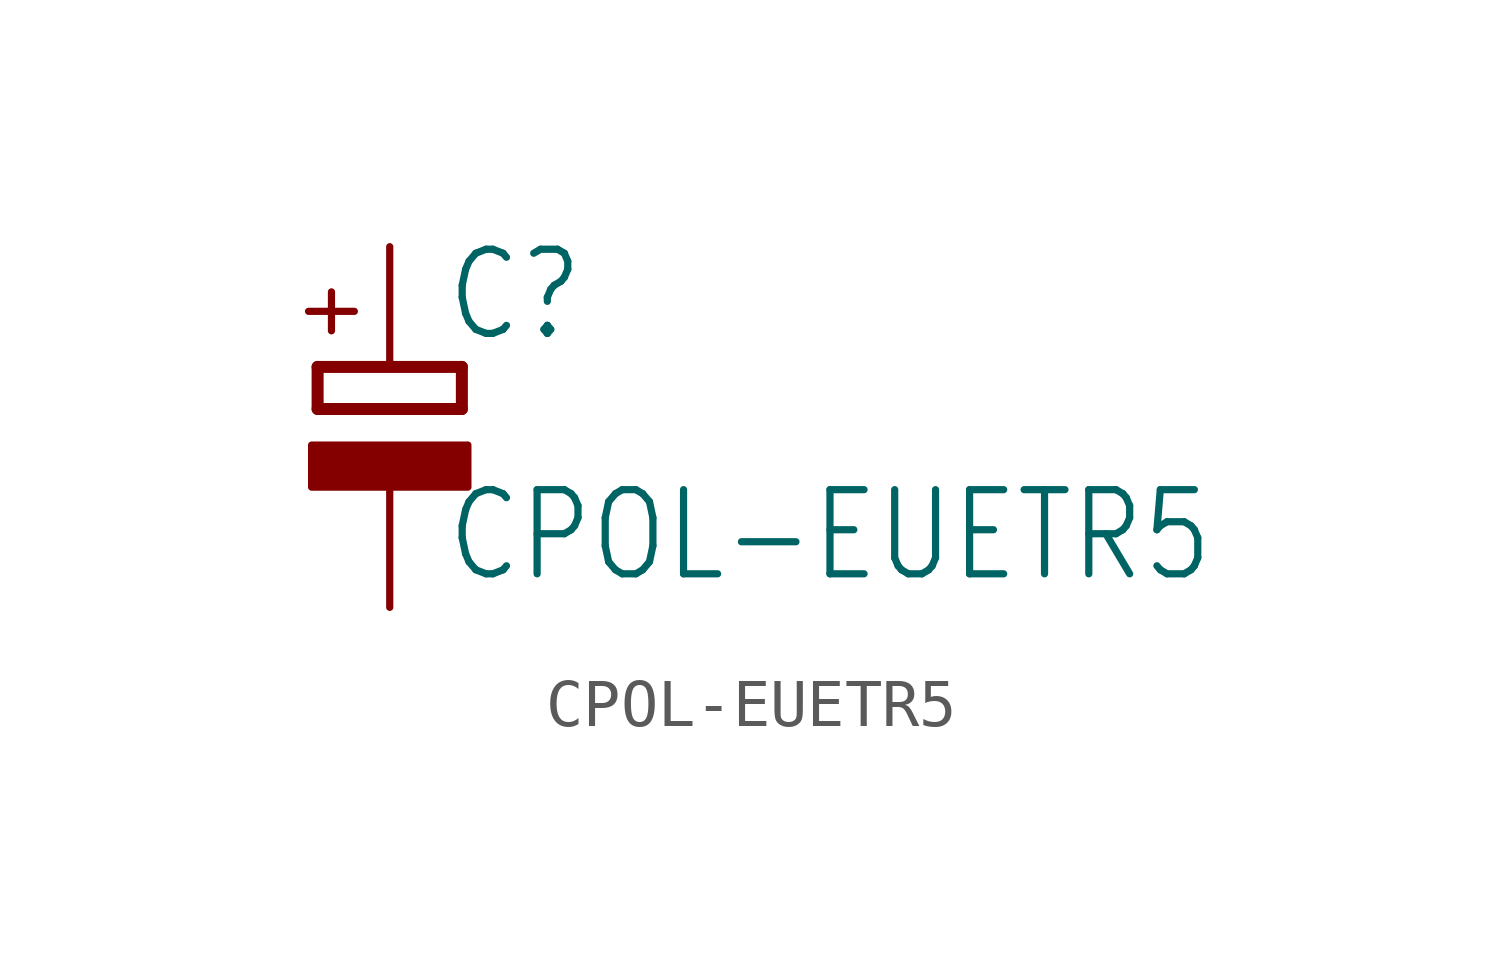
<source format=kicad_sym>
(kicad_symbol_lib
  (version 20220914)
  (generator kicad_symbol_editor)
  (symbol "CPOL-EUETR5"
    (property "Reference" "C"
      (at 1.143 0.483 0)
      (effects (font (size 1.778 1.511)) (justify left bottom)))
    (property "Value" "CPOL-EUETR5"
      (at 1.143 -4.597 0)
      (effects (font (size 1.778 1.511)) (justify left bottom)))
    (property "ki_locked" ""
      (at 0 0 0)
      (effects (font (size 1.27 1.27))))
    (symbol "CPOL-EUETR5_1_0"
      (rectangle (start -1.651 -2.54) (end 1.651 -1.651) (stroke (width 0) (type default)) (fill (type outline)))
      (polyline (pts (xy -1.524 -0.889) (xy 1.524 -0.889)) (stroke (width 0.254) (type default)) (fill (type none)))
      (polyline (pts (xy -1.524 0) (xy -1.524 -0.889)) (stroke (width 0.254) (type default)) (fill (type none)))
      (polyline (pts (xy -1.524 0) (xy 1.524 0)) (stroke (width 0.254) (type default)) (fill (type none)))
      (polyline (pts (xy 1.524 -0.889) (xy 1.524 0)) (stroke (width 0.254) (type default)) (fill (type none)))
      (text "+" (at -0.584 0.406 900) (effects (font (size 1.27 1.079)) (justify left bottom)))
      (pin passive line (at 0 2.54 270) (length 2.54) (name "+" (effects (font (size 0 0)))) (number "+" (effects (font (size 0 0)))))
      (pin passive line (at 0 -5.08 90) (length 2.54) (name "-" (effects (font (size 0 0)))) (number "-" (effects (font (size 0 0))))))))
</source>
